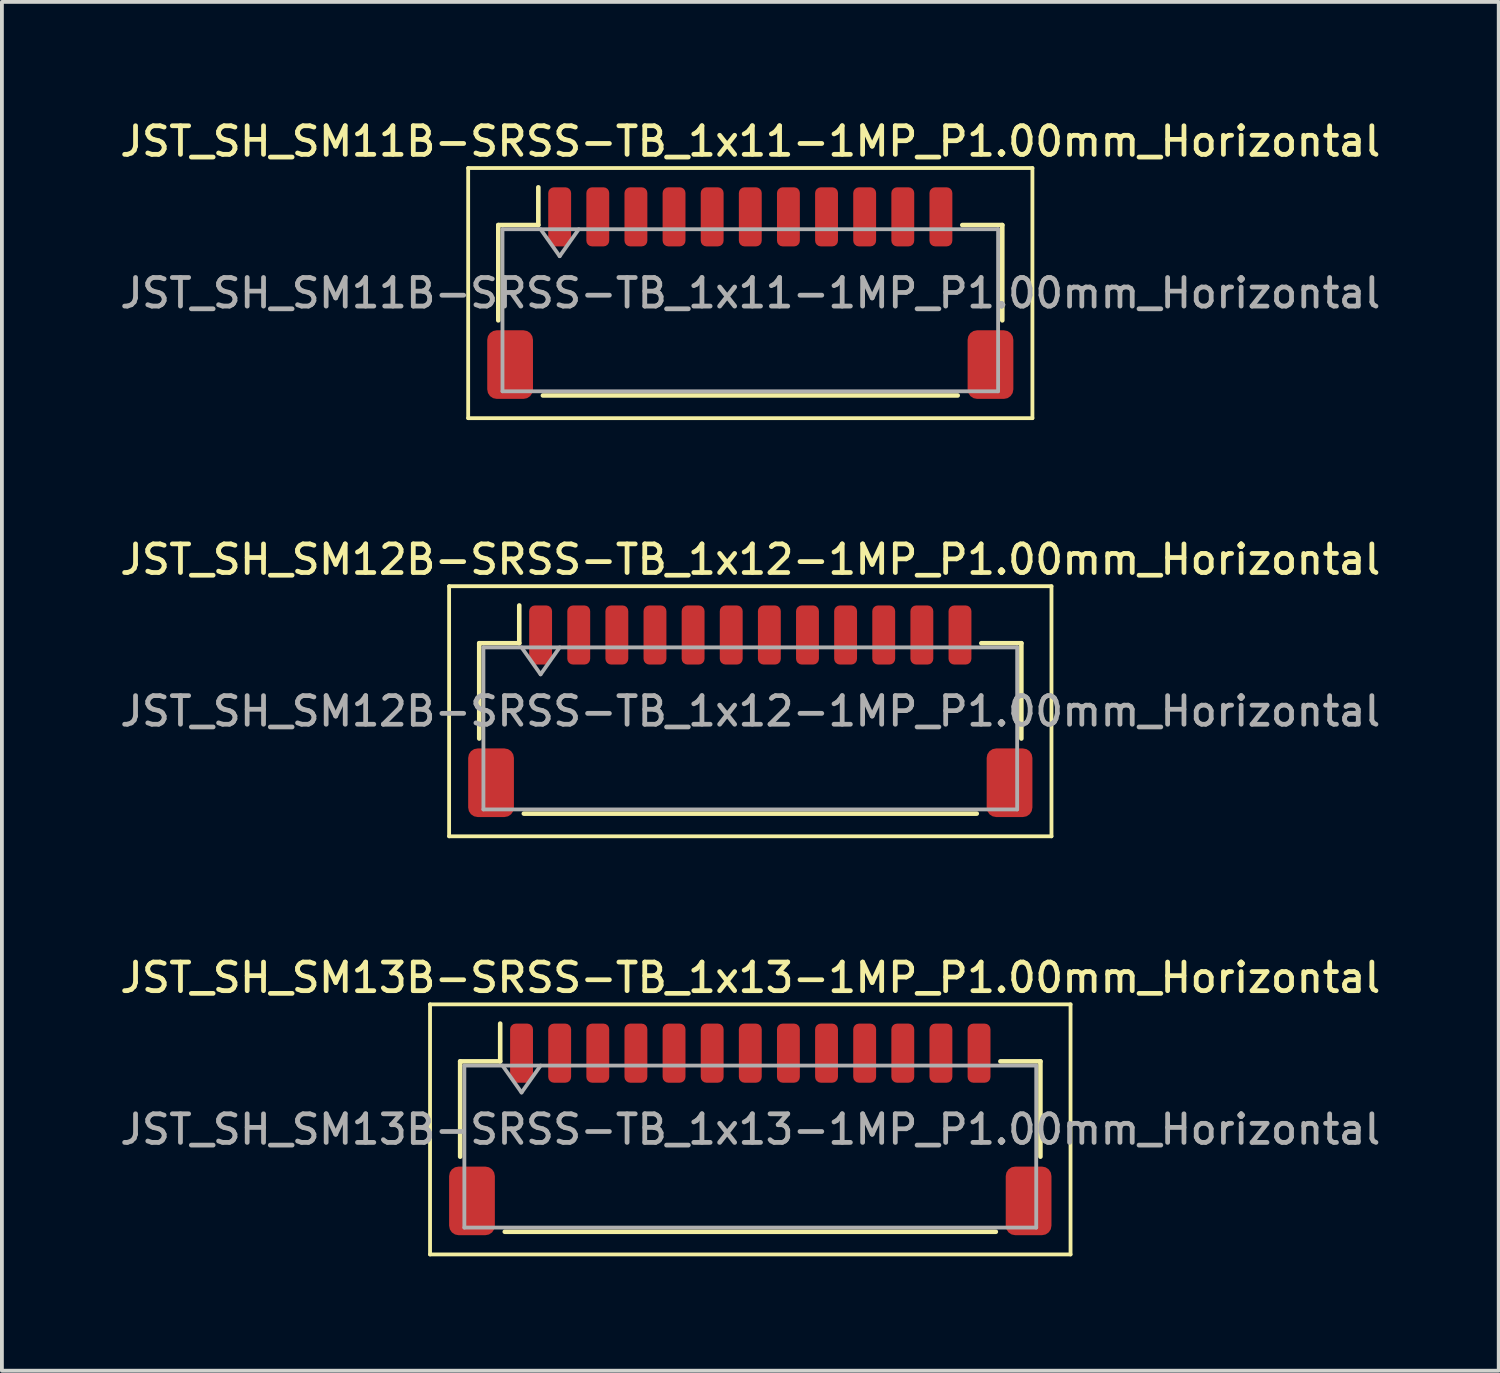
<source format=kicad_pcb>
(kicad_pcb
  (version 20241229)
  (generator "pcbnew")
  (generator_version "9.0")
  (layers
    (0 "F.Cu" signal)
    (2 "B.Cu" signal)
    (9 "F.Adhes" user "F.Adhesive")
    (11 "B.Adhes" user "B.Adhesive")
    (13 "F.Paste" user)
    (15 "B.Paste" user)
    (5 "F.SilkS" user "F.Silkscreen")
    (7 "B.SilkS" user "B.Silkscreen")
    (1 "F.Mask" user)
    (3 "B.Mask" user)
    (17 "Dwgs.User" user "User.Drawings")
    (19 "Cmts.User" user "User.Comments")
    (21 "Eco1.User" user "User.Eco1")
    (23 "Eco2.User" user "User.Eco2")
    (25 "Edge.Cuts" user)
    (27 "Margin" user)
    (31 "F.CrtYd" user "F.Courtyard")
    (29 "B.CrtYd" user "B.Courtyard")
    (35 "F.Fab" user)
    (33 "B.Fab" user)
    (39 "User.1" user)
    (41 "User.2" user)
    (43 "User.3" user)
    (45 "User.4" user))
  (footprint "JST_SH_SM13B-SRSS-TB_1x13-1MP_P1.00mm_Horizontal"
    (layer "F.Cu")
    (at 16.63 26.574)
    (property "Reference" "JST_SH_SM13B-SRSS-TB_1x13-1MP_P1.00mm_Horizontal" (at 0 -3.98 0) (layer "F.SilkS") (effects (font (size 0.75 0.75) (thickness 0.125))))
    (attr smd)
    (fp_line (start -8.4 -3.28) (end -8.4 3.28) (stroke (width 0.1) (type solid)) (layer "F.SilkS"))
    (fp_line (start -8.4 3.28) (end 8.4 3.28) (stroke (width 0.1) (type solid)) (layer "F.SilkS"))
    (fp_line (start -7.61 -1.785) (end -6.56 -1.785) (stroke (width 0.12) (type solid)) (layer "F.SilkS"))
    (fp_line (start -7.61 0.715) (end -7.61 -1.785) (stroke (width 0.12) (type solid)) (layer "F.SilkS"))
    (fp_line (start -6.56 -1.785) (end -6.56 -2.775) (stroke (width 0.12) (type solid)) (layer "F.SilkS"))
    (fp_line (start -6.44 2.685) (end 6.44 2.685) (stroke (width 0.12) (type solid)) (layer "F.SilkS"))
    (fp_line (start 7.61 -1.785) (end 6.56 -1.785) (stroke (width 0.12) (type solid)) (layer "F.SilkS"))
    (fp_line (start 7.61 0.715) (end 7.61 -1.785) (stroke (width 0.12) (type solid)) (layer "F.SilkS"))
    (fp_line (start 8.4 -3.28) (end -8.4 -3.28) (stroke (width 0.1) (type solid)) (layer "F.SilkS"))
    (fp_line (start 8.4 3.28) (end 8.4 -3.28) (stroke (width 0.1) (type solid)) (layer "F.SilkS"))
    (fp_line (start -7.5 -1.675) (end -7.5 2.575) (stroke (width 0.1) (type solid)) (layer "F.Fab"))
    (fp_line (start -7.5 -1.675) (end 7.5 -1.675) (stroke (width 0.1) (type solid)) (layer "F.Fab"))
    (fp_line (start -7.5 2.575) (end 7.5 2.575) (stroke (width 0.1) (type solid)) (layer "F.Fab"))
    (fp_line (start -6.5 -1.675) (end -6 -0.968) (stroke (width 0.1) (type solid)) (layer "F.Fab"))
    (fp_line (start -6 -0.968) (end -5.5 -1.675) (stroke (width 0.1) (type solid)) (layer "F.Fab"))
    (fp_line (start 7.5 -1.675) (end 7.5 2.575) (stroke (width 0.1) (type solid)) (layer "F.Fab"))
    (fp_text user "${REFERENCE}" (at 0 0 0) (layer "F.Fab") (effects (font (size 0.75 0.75) (thickness 0.125))))
    (pad "1" smd roundrect (at -6 -2) (size 0.6 1.55) (layers "F.Cu" "F.Mask" "F.Paste") (roundrect_rratio 0.25))
    (pad "2" smd roundrect (at -5 -2) (size 0.6 1.55) (layers "F.Cu" "F.Mask" "F.Paste") (roundrect_rratio 0.25))
    (pad "3" smd roundrect (at -4 -2) (size 0.6 1.55) (layers "F.Cu" "F.Mask" "F.Paste") (roundrect_rratio 0.25))
    (pad "4" smd roundrect (at -3 -2) (size 0.6 1.55) (layers "F.Cu" "F.Mask" "F.Paste") (roundrect_rratio 0.25))
    (pad "5" smd roundrect (at -2 -2) (size 0.6 1.55) (layers "F.Cu" "F.Mask" "F.Paste") (roundrect_rratio 0.25))
    (pad "6" smd roundrect (at -1 -2) (size 0.6 1.55) (layers "F.Cu" "F.Mask" "F.Paste") (roundrect_rratio 0.25))
    (pad "7" smd roundrect (at 0 -2) (size 0.6 1.55) (layers "F.Cu" "F.Mask" "F.Paste") (roundrect_rratio 0.25))
    (pad "8" smd roundrect (at 1 -2) (size 0.6 1.55) (layers "F.Cu" "F.Mask" "F.Paste") (roundrect_rratio 0.25))
    (pad "9" smd roundrect (at 2 -2) (size 0.6 1.55) (layers "F.Cu" "F.Mask" "F.Paste") (roundrect_rratio 0.25))
    (pad "10" smd roundrect (at 3 -2) (size 0.6 1.55) (layers "F.Cu" "F.Mask" "F.Paste") (roundrect_rratio 0.25))
    (pad "11" smd roundrect (at 4 -2) (size 0.6 1.55) (layers "F.Cu" "F.Mask" "F.Paste") (roundrect_rratio 0.25))
    (pad "12" smd roundrect (at 5 -2) (size 0.6 1.55) (layers "F.Cu" "F.Mask" "F.Paste") (roundrect_rratio 0.25))
    (pad "13" smd roundrect (at 6 -2) (size 0.6 1.55) (layers "F.Cu" "F.Mask" "F.Paste") (roundrect_rratio 0.25))
    (pad "MP" smd roundrect (at -7.3 1.875) (size 1.2 1.8) (layers "F.Cu" "F.Mask" "F.Paste") (roundrect_rratio 0.208))
    (pad "MP" smd roundrect (at 7.3 1.875) (size 1.2 1.8) (layers "F.Cu" "F.Mask" "F.Paste") (roundrect_rratio 0.208)))
  (footprint "JST_SH_SM12B-SRSS-TB_1x12-1MP_P1.00mm_Horizontal"
    (layer "F.Cu")
    (at 16.63 15.606)
    (property "Reference" "JST_SH_SM12B-SRSS-TB_1x12-1MP_P1.00mm_Horizontal" (at 0 -3.98 0) (layer "F.SilkS") (effects (font (size 0.75 0.75) (thickness 0.125))))
    (attr smd)
    (fp_line (start -7.9 -3.28) (end -7.9 3.28) (stroke (width 0.1) (type solid)) (layer "F.SilkS"))
    (fp_line (start -7.9 3.28) (end 7.9 3.28) (stroke (width 0.1) (type solid)) (layer "F.SilkS"))
    (fp_line (start -7.11 -1.785) (end -6.06 -1.785) (stroke (width 0.12) (type solid)) (layer "F.SilkS"))
    (fp_line (start -7.11 0.715) (end -7.11 -1.785) (stroke (width 0.12) (type solid)) (layer "F.SilkS"))
    (fp_line (start -6.06 -1.785) (end -6.06 -2.775) (stroke (width 0.12) (type solid)) (layer "F.SilkS"))
    (fp_line (start -5.94 2.685) (end 5.94 2.685) (stroke (width 0.12) (type solid)) (layer "F.SilkS"))
    (fp_line (start 7.11 -1.785) (end 6.06 -1.785) (stroke (width 0.12) (type solid)) (layer "F.SilkS"))
    (fp_line (start 7.11 0.715) (end 7.11 -1.785) (stroke (width 0.12) (type solid)) (layer "F.SilkS"))
    (fp_line (start 7.9 -3.28) (end -7.9 -3.28) (stroke (width 0.1) (type solid)) (layer "F.SilkS"))
    (fp_line (start 7.9 3.28) (end 7.9 -3.28) (stroke (width 0.1) (type solid)) (layer "F.SilkS"))
    (fp_line (start -7 -1.675) (end -7 2.575) (stroke (width 0.1) (type solid)) (layer "F.Fab"))
    (fp_line (start -7 -1.675) (end 7 -1.675) (stroke (width 0.1) (type solid)) (layer "F.Fab"))
    (fp_line (start -7 2.575) (end 7 2.575) (stroke (width 0.1) (type solid)) (layer "F.Fab"))
    (fp_line (start -6 -1.675) (end -5.5 -0.968) (stroke (width 0.1) (type solid)) (layer "F.Fab"))
    (fp_line (start -5.5 -0.968) (end -5 -1.675) (stroke (width 0.1) (type solid)) (layer "F.Fab"))
    (fp_line (start 7 -1.675) (end 7 2.575) (stroke (width 0.1) (type solid)) (layer "F.Fab"))
    (fp_text user "${REFERENCE}" (at 0 0 0) (layer "F.Fab") (effects (font (size 0.75 0.75) (thickness 0.125))))
    (pad "1" smd roundrect (at -5.5 -2) (size 0.6 1.55) (layers "F.Cu" "F.Mask" "F.Paste") (roundrect_rratio 0.25))
    (pad "2" smd roundrect (at -4.5 -2) (size 0.6 1.55) (layers "F.Cu" "F.Mask" "F.Paste") (roundrect_rratio 0.25))
    (pad "3" smd roundrect (at -3.5 -2) (size 0.6 1.55) (layers "F.Cu" "F.Mask" "F.Paste") (roundrect_rratio 0.25))
    (pad "4" smd roundrect (at -2.5 -2) (size 0.6 1.55) (layers "F.Cu" "F.Mask" "F.Paste") (roundrect_rratio 0.25))
    (pad "5" smd roundrect (at -1.5 -2) (size 0.6 1.55) (layers "F.Cu" "F.Mask" "F.Paste") (roundrect_rratio 0.25))
    (pad "6" smd roundrect (at -0.5 -2) (size 0.6 1.55) (layers "F.Cu" "F.Mask" "F.Paste") (roundrect_rratio 0.25))
    (pad "7" smd roundrect (at 0.5 -2) (size 0.6 1.55) (layers "F.Cu" "F.Mask" "F.Paste") (roundrect_rratio 0.25))
    (pad "8" smd roundrect (at 1.5 -2) (size 0.6 1.55) (layers "F.Cu" "F.Mask" "F.Paste") (roundrect_rratio 0.25))
    (pad "9" smd roundrect (at 2.5 -2) (size 0.6 1.55) (layers "F.Cu" "F.Mask" "F.Paste") (roundrect_rratio 0.25))
    (pad "10" smd roundrect (at 3.5 -2) (size 0.6 1.55) (layers "F.Cu" "F.Mask" "F.Paste") (roundrect_rratio 0.25))
    (pad "11" smd roundrect (at 4.5 -2) (size 0.6 1.55) (layers "F.Cu" "F.Mask" "F.Paste") (roundrect_rratio 0.25))
    (pad "12" smd roundrect (at 5.5 -2) (size 0.6 1.55) (layers "F.Cu" "F.Mask" "F.Paste") (roundrect_rratio 0.25))
    (pad "MP" smd roundrect (at -6.8 1.875) (size 1.2 1.8) (layers "F.Cu" "F.Mask" "F.Paste") (roundrect_rratio 0.208))
    (pad "MP" smd roundrect (at 6.8 1.875) (size 1.2 1.8) (layers "F.Cu" "F.Mask" "F.Paste") (roundrect_rratio 0.208)))
  (footprint "JST_SH_SM11B-SRSS-TB_1x11-1MP_P1.00mm_Horizontal"
    (layer "F.Cu")
    (at 16.63 4.638)
    (property "Reference" "JST_SH_SM11B-SRSS-TB_1x11-1MP_P1.00mm_Horizontal" (at 0 -3.98 0) (layer "F.SilkS") (effects (font (size 0.75 0.75) (thickness 0.125))))
    (attr smd)
    (fp_line (start -7.4 -3.28) (end -7.4 3.28) (stroke (width 0.1) (type solid)) (layer "F.SilkS"))
    (fp_line (start -7.4 3.28) (end 7.4 3.28) (stroke (width 0.1) (type solid)) (layer "F.SilkS"))
    (fp_line (start -6.61 -1.785) (end -5.56 -1.785) (stroke (width 0.12) (type solid)) (layer "F.SilkS"))
    (fp_line (start -6.61 0.715) (end -6.61 -1.785) (stroke (width 0.12) (type solid)) (layer "F.SilkS"))
    (fp_line (start -5.56 -1.785) (end -5.56 -2.775) (stroke (width 0.12) (type solid)) (layer "F.SilkS"))
    (fp_line (start -5.44 2.685) (end 5.44 2.685) (stroke (width 0.12) (type solid)) (layer "F.SilkS"))
    (fp_line (start 6.61 -1.785) (end 5.56 -1.785) (stroke (width 0.12) (type solid)) (layer "F.SilkS"))
    (fp_line (start 6.61 0.715) (end 6.61 -1.785) (stroke (width 0.12) (type solid)) (layer "F.SilkS"))
    (fp_line (start 7.4 -3.28) (end -7.4 -3.28) (stroke (width 0.1) (type solid)) (layer "F.SilkS"))
    (fp_line (start 7.4 3.28) (end 7.4 -3.28) (stroke (width 0.1) (type solid)) (layer "F.SilkS"))
    (fp_line (start -6.5 -1.675) (end -6.5 2.575) (stroke (width 0.1) (type solid)) (layer "F.Fab"))
    (fp_line (start -6.5 -1.675) (end 6.5 -1.675) (stroke (width 0.1) (type solid)) (layer "F.Fab"))
    (fp_line (start -6.5 2.575) (end 6.5 2.575) (stroke (width 0.1) (type solid)) (layer "F.Fab"))
    (fp_line (start -5.5 -1.675) (end -5 -0.968) (stroke (width 0.1) (type solid)) (layer "F.Fab"))
    (fp_line (start -5 -0.968) (end -4.5 -1.675) (stroke (width 0.1) (type solid)) (layer "F.Fab"))
    (fp_line (start 6.5 -1.675) (end 6.5 2.575) (stroke (width 0.1) (type solid)) (layer "F.Fab"))
    (fp_text user "${REFERENCE}" (at 0 0 0) (layer "F.Fab") (effects (font (size 0.75 0.75) (thickness 0.125))))
    (pad "1" smd roundrect (at -5 -2) (size 0.6 1.55) (layers "F.Cu" "F.Mask" "F.Paste") (roundrect_rratio 0.25))
    (pad "2" smd roundrect (at -4 -2) (size 0.6 1.55) (layers "F.Cu" "F.Mask" "F.Paste") (roundrect_rratio 0.25))
    (pad "3" smd roundrect (at -3 -2) (size 0.6 1.55) (layers "F.Cu" "F.Mask" "F.Paste") (roundrect_rratio 0.25))
    (pad "4" smd roundrect (at -2 -2) (size 0.6 1.55) (layers "F.Cu" "F.Mask" "F.Paste") (roundrect_rratio 0.25))
    (pad "5" smd roundrect (at -1 -2) (size 0.6 1.55) (layers "F.Cu" "F.Mask" "F.Paste") (roundrect_rratio 0.25))
    (pad "6" smd roundrect (at 0 -2) (size 0.6 1.55) (layers "F.Cu" "F.Mask" "F.Paste") (roundrect_rratio 0.25))
    (pad "7" smd roundrect (at 1 -2) (size 0.6 1.55) (layers "F.Cu" "F.Mask" "F.Paste") (roundrect_rratio 0.25))
    (pad "8" smd roundrect (at 2 -2) (size 0.6 1.55) (layers "F.Cu" "F.Mask" "F.Paste") (roundrect_rratio 0.25))
    (pad "9" smd roundrect (at 3 -2) (size 0.6 1.55) (layers "F.Cu" "F.Mask" "F.Paste") (roundrect_rratio 0.25))
    (pad "10" smd roundrect (at 4 -2) (size 0.6 1.55) (layers "F.Cu" "F.Mask" "F.Paste") (roundrect_rratio 0.25))
    (pad "11" smd roundrect (at 5 -2) (size 0.6 1.55) (layers "F.Cu" "F.Mask" "F.Paste") (roundrect_rratio 0.25))
    (pad "MP" smd roundrect (at -6.3 1.875) (size 1.2 1.8) (layers "F.Cu" "F.Mask" "F.Paste") (roundrect_rratio 0.208))
    (pad "MP" smd roundrect (at 6.3 1.875) (size 1.2 1.8) (layers "F.Cu" "F.Mask" "F.Paste") (roundrect_rratio 0.208)))
  (gr_rect
    (start -3 -3)
    (end 36.261 32.904)
    (stroke (width 0.1) (type default))
    (fill no)
    (layer "Edge.Cuts")))
</source>
